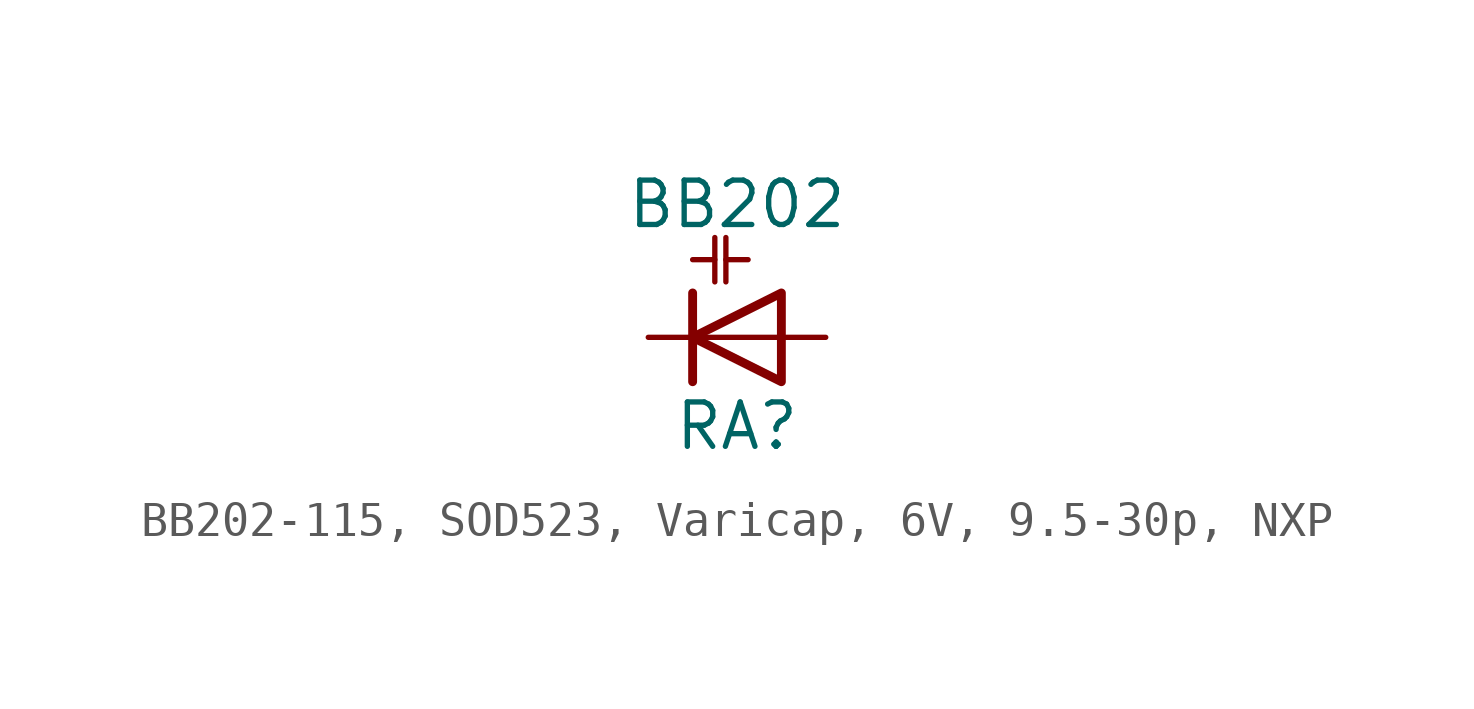
<source format=kicad_sym>
(kicad_symbol_lib
  (version 20241209)
  (generator "kicad_symbol_editor")
  (generator_version "9.0")
  (symbol "BB202-115, SOD523, Varicap, 6V, 9.5-30p, NXP"
    (pin_numbers
      (hide yes))
    (pin_names
      (offset 1.016)
      (hide yes))
    (property "Reference" "RA"
      (at 0 -2.54 0)
      (effects (font (size 1.27 1.27))))
    (property "Value" "BB202"
      (at 0 3.81 0)
      (effects (font (size 1.27 1.27))))
    (symbol "BB202-115, SOD523, Varicap, 6V, 9.5-30p, NXP_0_0"
      (polyline (pts (xy -1.27 0) (xy 1.27 0)) (stroke (width 0.152) (type default)) (fill (type none))))
    (symbol "BB202-115, SOD523, Varicap, 6V, 9.5-30p, NXP_0_1"
      (polyline (pts (xy -1.27 2.223) (xy -0.635 2.223)) (stroke (width 0) (type default)) (fill (type none)))
      (polyline (pts (xy -1.27 -1.27) (xy -1.27 1.27)) (stroke (width 0.254) (type default)) (fill (type none)))
      (polyline (pts (xy -0.635 2.857) (xy -0.635 1.587)) (stroke (width 0) (type default)) (fill (type none)))
      (polyline (pts (xy -0.318 2.857) (xy -0.318 1.587)) (stroke (width 0) (type default)) (fill (type none)))
      (polyline (pts (xy 0.318 2.223) (xy -0.318 2.223)) (stroke (width 0) (type default)) (fill (type none)))
      (polyline (pts (xy 1.27 -1.27) (xy 1.27 1.27) (xy -1.27 0) (xy 1.27 -1.27)) (stroke (width 0.254) (type default)) (fill (type none))))
    (symbol "BB202-115, SOD523, Varicap, 6V, 9.5-30p, NXP_1_1"
      (pin passive line (at -2.54 0 0) (length 1.27) (name "C" (effects (font (size 1.27 1.27)))) (number "1" (effects (font (size 1.27 1.27)))))
      (pin passive line (at 2.54 0 180) (length 1.27) (name "A" (effects (font (size 1.27 1.27)))) (number "2" (effects (font (size 1.27 1.27))))))))
</source>
